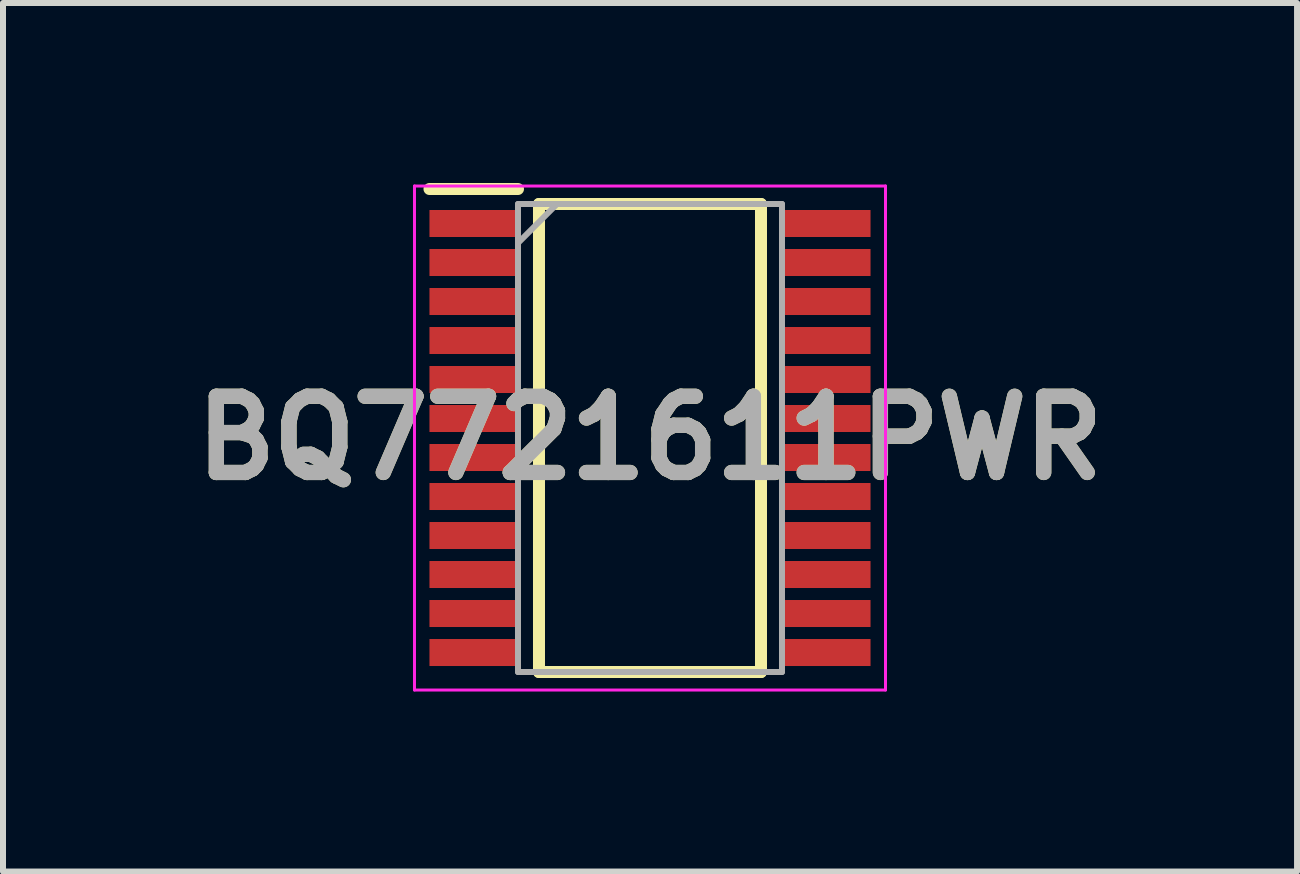
<source format=kicad_pcb>
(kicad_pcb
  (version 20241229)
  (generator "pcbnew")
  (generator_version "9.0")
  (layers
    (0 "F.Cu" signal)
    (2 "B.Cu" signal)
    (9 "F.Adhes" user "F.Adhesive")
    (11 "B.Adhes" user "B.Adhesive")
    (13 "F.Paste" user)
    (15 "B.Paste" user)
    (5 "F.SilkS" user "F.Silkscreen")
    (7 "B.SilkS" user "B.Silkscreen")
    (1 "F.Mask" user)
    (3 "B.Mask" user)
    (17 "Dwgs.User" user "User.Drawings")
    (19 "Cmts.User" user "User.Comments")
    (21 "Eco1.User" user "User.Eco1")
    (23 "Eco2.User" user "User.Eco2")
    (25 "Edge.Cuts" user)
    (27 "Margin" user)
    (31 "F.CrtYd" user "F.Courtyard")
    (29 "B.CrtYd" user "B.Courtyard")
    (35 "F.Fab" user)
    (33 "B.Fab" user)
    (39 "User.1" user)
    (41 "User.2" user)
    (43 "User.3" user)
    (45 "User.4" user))
  (footprint "BQ7721611PWR"
    (layer "F.Cu")
    (at 7.783 4.25)
    (property "Reference" "BQ7721611PWR" (at 0 0 0) (layer "F.SilkS") (effects (font (size 1.27 1.27) (thickness 0.254))))
    (attr smd)
    (fp_line (start -3.675 -4.15) (end -2.2 -4.15) (stroke (width 0.2) (type solid)) (layer "F.SilkS"))
    (fp_line (start -1.85 -3.9) (end 1.85 -3.9) (stroke (width 0.2) (type solid)) (layer "F.SilkS"))
    (fp_line (start -1.85 3.9) (end -1.85 -3.9) (stroke (width 0.2) (type solid)) (layer "F.SilkS"))
    (fp_line (start 1.85 -3.9) (end 1.85 3.9) (stroke (width 0.2) (type solid)) (layer "F.SilkS"))
    (fp_line (start 1.85 3.9) (end -1.85 3.9) (stroke (width 0.2) (type solid)) (layer "F.SilkS"))
    (fp_line (start -3.925 -4.2) (end 3.925 -4.2) (stroke (width 0.05) (type solid)) (layer "F.CrtYd"))
    (fp_line (start -3.925 4.2) (end -3.925 -4.2) (stroke (width 0.05) (type solid)) (layer "F.CrtYd"))
    (fp_line (start 3.925 -4.2) (end 3.925 4.2) (stroke (width 0.05) (type solid)) (layer "F.CrtYd"))
    (fp_line (start 3.925 4.2) (end -3.925 4.2) (stroke (width 0.05) (type solid)) (layer "F.CrtYd"))
    (fp_line (start -2.2 -3.9) (end 2.2 -3.9) (stroke (width 0.1) (type solid)) (layer "F.Fab"))
    (fp_line (start -2.2 -3.25) (end -1.55 -3.9) (stroke (width 0.1) (type solid)) (layer "F.Fab"))
    (fp_line (start -2.2 3.9) (end -2.2 -3.9) (stroke (width 0.1) (type solid)) (layer "F.Fab"))
    (fp_line (start 2.2 -3.9) (end 2.2 3.9) (stroke (width 0.1) (type solid)) (layer "F.Fab"))
    (fp_line (start 2.2 3.9) (end -2.2 3.9) (stroke (width 0.1) (type solid)) (layer "F.Fab"))
    (fp_text user "${REFERENCE}" (at 0 0 0) (layer "F.Fab") (effects (font (size 1.27 1.27) (thickness 0.254))))
    (pad "1" smd rect (at -2.938 -3.575 90) (size 0.45 1.475) (layers "F.Cu" "F.Mask" "F.Paste"))
    (pad "2" smd rect (at -2.938 -2.925 90) (size 0.45 1.475) (layers "F.Cu" "F.Mask" "F.Paste"))
    (pad "3" smd rect (at -2.938 -2.275 90) (size 0.45 1.475) (layers "F.Cu" "F.Mask" "F.Paste"))
    (pad "4" smd rect (at -2.938 -1.625 90) (size 0.45 1.475) (layers "F.Cu" "F.Mask" "F.Paste"))
    (pad "5" smd rect (at -2.938 -0.975 90) (size 0.45 1.475) (layers "F.Cu" "F.Mask" "F.Paste"))
    (pad "6" smd rect (at -2.938 -0.325 90) (size 0.45 1.475) (layers "F.Cu" "F.Mask" "F.Paste"))
    (pad "7" smd rect (at -2.938 0.325 90) (size 0.45 1.475) (layers "F.Cu" "F.Mask" "F.Paste"))
    (pad "8" smd rect (at -2.938 0.975 90) (size 0.45 1.475) (layers "F.Cu" "F.Mask" "F.Paste"))
    (pad "9" smd rect (at -2.938 1.625 90) (size 0.45 1.475) (layers "F.Cu" "F.Mask" "F.Paste"))
    (pad "10" smd rect (at -2.938 2.275 90) (size 0.45 1.475) (layers "F.Cu" "F.Mask" "F.Paste"))
    (pad "11" smd rect (at -2.938 2.925 90) (size 0.45 1.475) (layers "F.Cu" "F.Mask" "F.Paste"))
    (pad "12" smd rect (at -2.938 3.575 90) (size 0.45 1.475) (layers "F.Cu" "F.Mask" "F.Paste"))
    (pad "13" smd rect (at 2.938 3.575 90) (size 0.45 1.475) (layers "F.Cu" "F.Mask" "F.Paste"))
    (pad "14" smd rect (at 2.938 2.925 90) (size 0.45 1.475) (layers "F.Cu" "F.Mask" "F.Paste"))
    (pad "15" smd rect (at 2.938 2.275 90) (size 0.45 1.475) (layers "F.Cu" "F.Mask" "F.Paste"))
    (pad "16" smd rect (at 2.938 1.625 90) (size 0.45 1.475) (layers "F.Cu" "F.Mask" "F.Paste"))
    (pad "17" smd rect (at 2.938 0.975 90) (size 0.45 1.475) (layers "F.Cu" "F.Mask" "F.Paste"))
    (pad "18" smd rect (at 2.938 0.325 90) (size 0.45 1.475) (layers "F.Cu" "F.Mask" "F.Paste"))
    (pad "19" smd rect (at 2.938 -0.325 90) (size 0.45 1.475) (layers "F.Cu" "F.Mask" "F.Paste"))
    (pad "20" smd rect (at 2.938 -0.975 90) (size 0.45 1.475) (layers "F.Cu" "F.Mask" "F.Paste"))
    (pad "21" smd rect (at 2.938 -1.625 90) (size 0.45 1.475) (layers "F.Cu" "F.Mask" "F.Paste"))
    (pad "22" smd rect (at 2.938 -2.275 90) (size 0.45 1.475) (layers "F.Cu" "F.Mask" "F.Paste"))
    (pad "23" smd rect (at 2.938 -2.925 90) (size 0.45 1.475) (layers "F.Cu" "F.Mask" "F.Paste"))
    (pad "24" smd rect (at 2.938 -3.575 90) (size 0.45 1.475) (layers "F.Cu" "F.Mask" "F.Paste")))
  (gr_rect
    (start -3 -3)
    (end 18.567 11.475)
    (stroke (width 0.1) (type default))
    (fill no)
    (layer "Edge.Cuts")))
</source>
